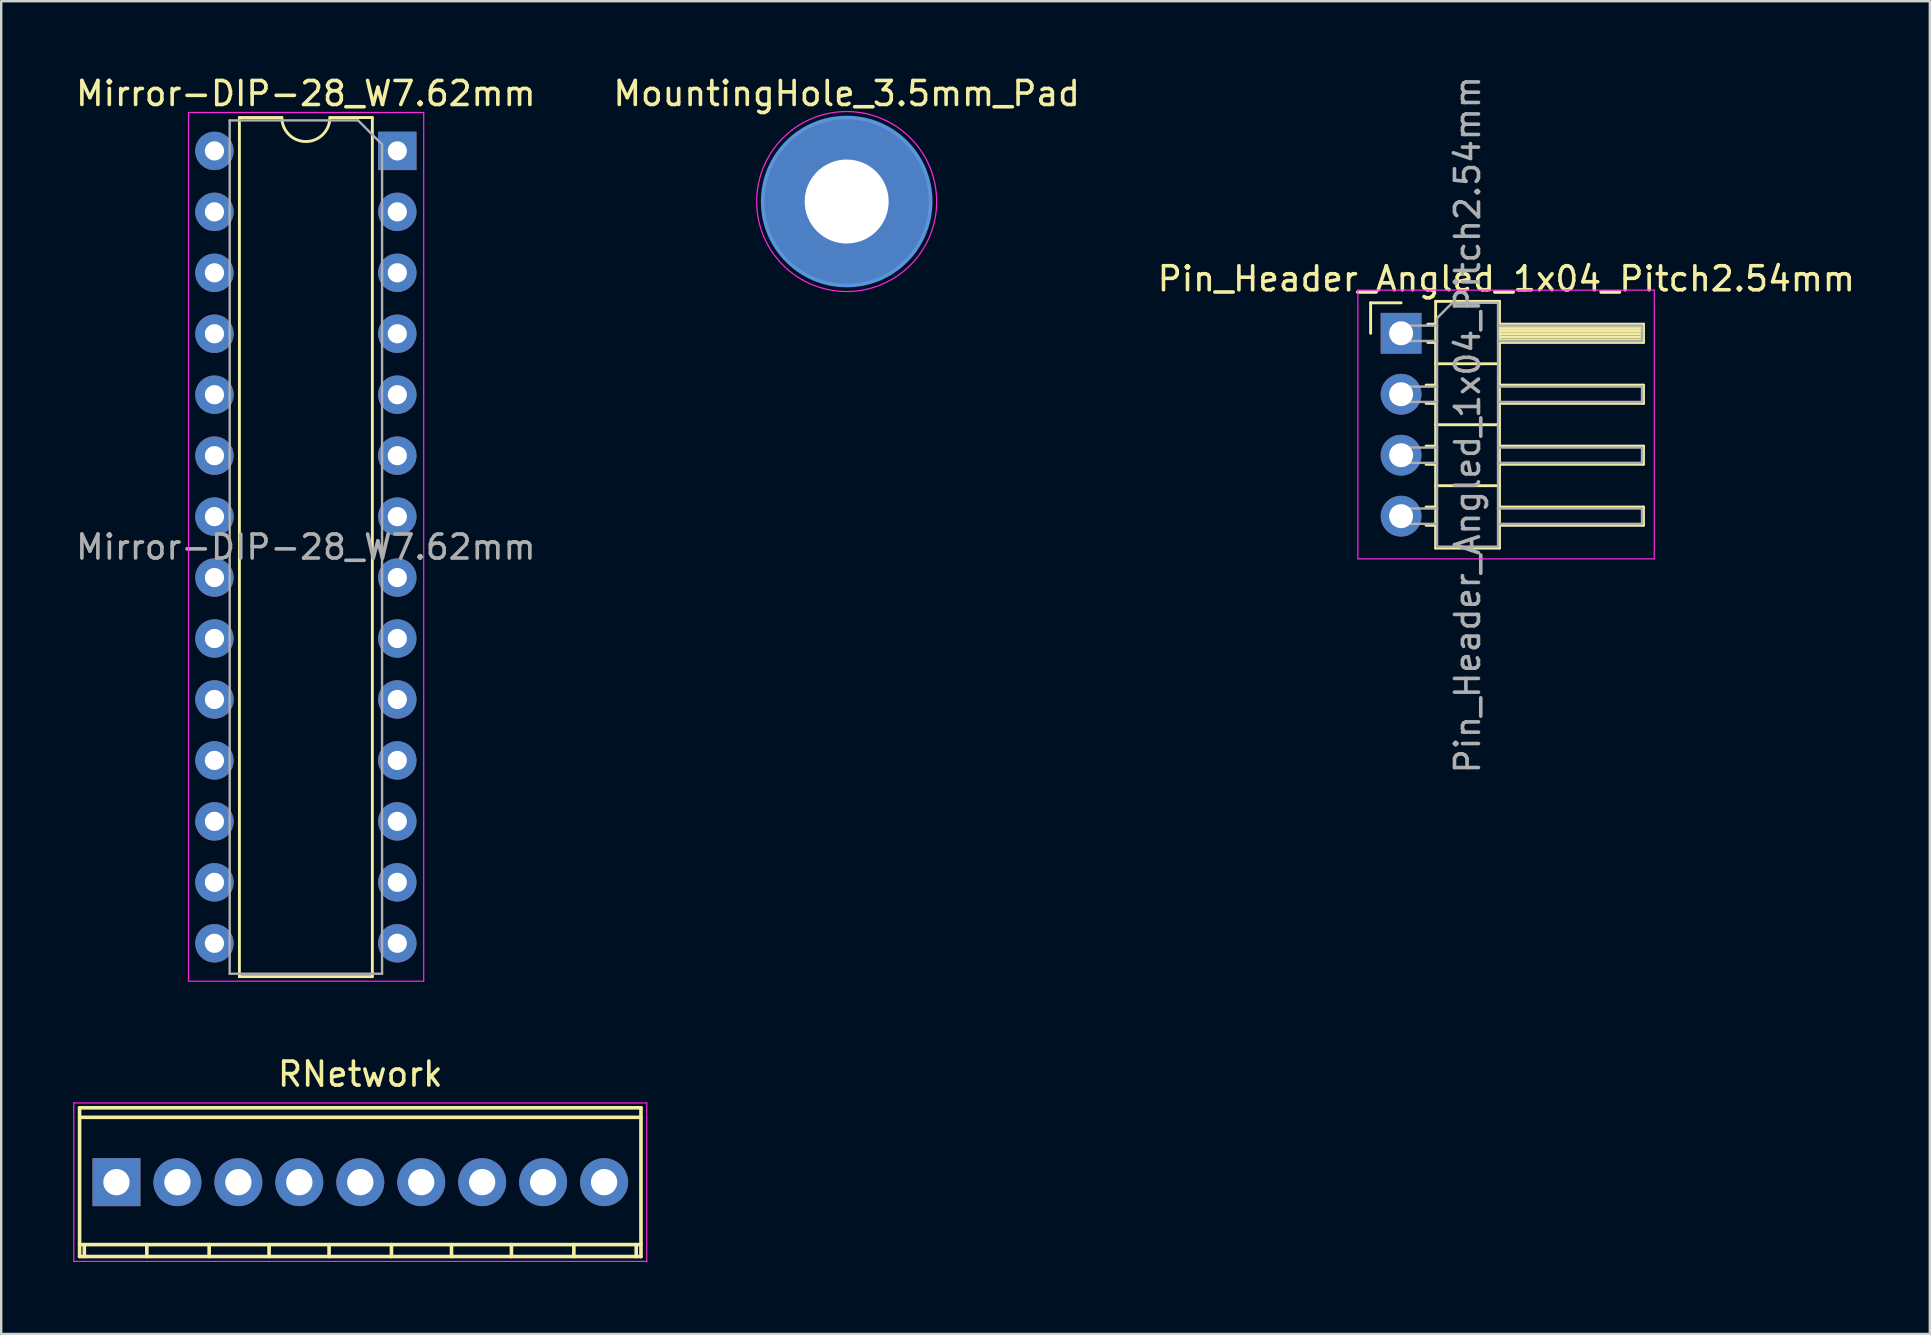
<source format=kicad_pcb>
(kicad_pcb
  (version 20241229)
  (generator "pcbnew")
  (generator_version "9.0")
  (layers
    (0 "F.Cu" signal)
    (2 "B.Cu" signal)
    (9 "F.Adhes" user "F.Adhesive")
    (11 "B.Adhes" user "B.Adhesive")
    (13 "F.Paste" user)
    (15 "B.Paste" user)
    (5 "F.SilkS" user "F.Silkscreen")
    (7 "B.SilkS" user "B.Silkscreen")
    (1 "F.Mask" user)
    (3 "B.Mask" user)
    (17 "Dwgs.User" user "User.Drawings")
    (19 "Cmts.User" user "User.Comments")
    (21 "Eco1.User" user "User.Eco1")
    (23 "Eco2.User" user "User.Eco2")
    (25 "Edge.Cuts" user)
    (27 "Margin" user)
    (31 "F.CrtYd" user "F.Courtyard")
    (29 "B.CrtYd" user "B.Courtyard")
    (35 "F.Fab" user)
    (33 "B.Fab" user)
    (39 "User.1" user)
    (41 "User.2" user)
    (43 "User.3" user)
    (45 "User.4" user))
  (footprint "Mirror-DIP-28_W7.62mm"
    (layer "F.Cu")
    (at 13.506 3.238)
    (property "Reference" "Mirror-DIP-28_W7.62mm" (at -3.81 -2.39 0) (layer "F.SilkS") (effects (font (size 1 1) (thickness 0.15))))
    (attr through_hole)
    (fp_line (start -6.58 -1.39) (end -4.81 -1.39) (stroke (width 0.12) (type solid)) (layer "F.SilkS"))
    (fp_line (start -6.58 34.41) (end -6.58 -1.39) (stroke (width 0.12) (type solid)) (layer "F.SilkS"))
    (fp_line (start -2.81 -1.39) (end -1.04 -1.39) (stroke (width 0.12) (type solid)) (layer "F.SilkS"))
    (fp_line (start -1.04 -1.39) (end -1.04 34.41) (stroke (width 0.12) (type solid)) (layer "F.SilkS"))
    (fp_line (start -1.04 34.41) (end -6.58 34.41) (stroke (width 0.12) (type solid)) (layer "F.SilkS"))
    (fp_arc (start -2.81 -1.39) (mid -3.81 -0.39) (end -4.81 -1.39) (stroke (width 0.12) (type solid)) (layer "F.SilkS"))
    (fp_line (start -8.7 -1.6) (end 1.1 -1.6) (stroke (width 0.05) (type solid)) (layer "F.CrtYd"))
    (fp_line (start -8.7 34.6) (end -8.7 -1.6) (stroke (width 0.05) (type solid)) (layer "F.CrtYd"))
    (fp_line (start 1.1 -1.6) (end 1.1 34.6) (stroke (width 0.05) (type solid)) (layer "F.CrtYd"))
    (fp_line (start 1.1 34.6) (end -8.7 34.6) (stroke (width 0.05) (type solid)) (layer "F.CrtYd"))
    (fp_line (start -6.985 -1.27) (end -6.985 34.29) (stroke (width 0.1) (type solid)) (layer "F.Fab"))
    (fp_line (start -6.985 34.29) (end -0.635 34.29) (stroke (width 0.1) (type solid)) (layer "F.Fab"))
    (fp_line (start -1.635 -1.27) (end -6.985 -1.27) (stroke (width 0.1) (type solid)) (layer "F.Fab"))
    (fp_line (start -0.635 -0.27) (end -1.635 -1.27) (stroke (width 0.1) (type solid)) (layer "F.Fab"))
    (fp_line (start -0.635 34.29) (end -0.635 -0.27) (stroke (width 0.1) (type solid)) (layer "F.Fab"))
    (fp_text user "${REFERENCE}" (at -3.81 16.51 0) (layer "F.Fab") (effects (font (size 1 1) (thickness 0.15))))
    (pad "1" thru_hole rect (at 0 0) (size 1.6 1.6) (drill 0.8) (layers "*.Cu" "*.Mask"))
    (pad "2" thru_hole oval (at 0 2.54) (size 1.6 1.6) (drill 0.8) (layers "*.Cu" "*.Mask"))
    (pad "3" thru_hole oval (at 0 5.08) (size 1.6 1.6) (drill 0.8) (layers "*.Cu" "*.Mask"))
    (pad "4" thru_hole oval (at 0 7.62) (size 1.6 1.6) (drill 0.8) (layers "*.Cu" "*.Mask"))
    (pad "5" thru_hole oval (at 0 10.16) (size 1.6 1.6) (drill 0.8) (layers "*.Cu" "*.Mask"))
    (pad "6" thru_hole oval (at 0 12.7) (size 1.6 1.6) (drill 0.8) (layers "*.Cu" "*.Mask"))
    (pad "7" thru_hole oval (at 0 15.24) (size 1.6 1.6) (drill 0.8) (layers "*.Cu" "*.Mask"))
    (pad "8" thru_hole oval (at 0 17.78) (size 1.6 1.6) (drill 0.8) (layers "*.Cu" "*.Mask"))
    (pad "9" thru_hole oval (at 0 20.32) (size 1.6 1.6) (drill 0.8) (layers "*.Cu" "*.Mask"))
    (pad "10" thru_hole oval (at 0 22.86) (size 1.6 1.6) (drill 0.8) (layers "*.Cu" "*.Mask"))
    (pad "11" thru_hole oval (at 0 25.4) (size 1.6 1.6) (drill 0.8) (layers "*.Cu" "*.Mask"))
    (pad "12" thru_hole oval (at 0 27.94) (size 1.6 1.6) (drill 0.8) (layers "*.Cu" "*.Mask"))
    (pad "13" thru_hole oval (at 0 30.48) (size 1.6 1.6) (drill 0.8) (layers "*.Cu" "*.Mask"))
    (pad "14" thru_hole oval (at 0 33.02) (size 1.6 1.6) (drill 0.8) (layers "*.Cu" "*.Mask"))
    (pad "15" thru_hole oval (at -7.62 33.02) (size 1.6 1.6) (drill 0.8) (layers "*.Cu" "*.Mask"))
    (pad "16" thru_hole oval (at -7.62 30.48) (size 1.6 1.6) (drill 0.8) (layers "*.Cu" "*.Mask"))
    (pad "17" thru_hole oval (at -7.62 27.94) (size 1.6 1.6) (drill 0.8) (layers "*.Cu" "*.Mask"))
    (pad "18" thru_hole oval (at -7.62 25.4) (size 1.6 1.6) (drill 0.8) (layers "*.Cu" "*.Mask"))
    (pad "19" thru_hole oval (at -7.62 22.86) (size 1.6 1.6) (drill 0.8) (layers "*.Cu" "*.Mask"))
    (pad "20" thru_hole oval (at -7.62 20.32) (size 1.6 1.6) (drill 0.8) (layers "*.Cu" "*.Mask"))
    (pad "21" thru_hole oval (at -7.62 17.78) (size 1.6 1.6) (drill 0.8) (layers "*.Cu" "*.Mask"))
    (pad "22" thru_hole oval (at -7.62 15.24) (size 1.6 1.6) (drill 0.8) (layers "*.Cu" "*.Mask"))
    (pad "23" thru_hole oval (at -7.62 12.7) (size 1.6 1.6) (drill 0.8) (layers "*.Cu" "*.Mask"))
    (pad "24" thru_hole oval (at -7.62 10.16) (size 1.6 1.6) (drill 0.8) (layers "*.Cu" "*.Mask"))
    (pad "25" thru_hole oval (at -7.62 7.62) (size 1.6 1.6) (drill 0.8) (layers "*.Cu" "*.Mask"))
    (pad "26" thru_hole oval (at -7.62 5.08) (size 1.6 1.6) (drill 0.8) (layers "*.Cu" "*.Mask"))
    (pad "27" thru_hole oval (at -7.62 2.54) (size 1.6 1.6) (drill 0.8) (layers "*.Cu" "*.Mask"))
    (pad "28" thru_hole oval (at -7.62 0) (size 1.6 1.6) (drill 0.8) (layers "*.Cu" "*.Mask")))
  (footprint "RNetwork"
    (layer "F.Cu")
    (at 1.803 46.212)
    (property "Reference" "RNetwork" (at 10.16 -4.501 0) (layer "F.SilkS") (effects (font (size 1 1) (thickness 0.15))))
    (attr through_hole)
    (fp_line (start -1.539 -2.7) (end 21.859 -2.7) (stroke (width 0.15) (type solid)) (layer "F.SilkS"))
    (fp_line (start -1.539 3.099) (end 21.859 3.099) (stroke (width 0.15) (type solid)) (layer "F.SilkS"))
    (fp_line (start -1.537 -3.099) (end -1.537 3.099) (stroke (width 0.15) (type solid)) (layer "F.SilkS"))
    (fp_line (start -1.339 3.099) (end -1.339 2.601) (stroke (width 0.15) (type solid)) (layer "F.SilkS"))
    (fp_line (start 1.265 3.099) (end 1.265 2.601) (stroke (width 0.15) (type solid)) (layer "F.SilkS"))
    (fp_line (start 3.863 2.601) (end 3.863 3.099) (stroke (width 0.15) (type solid)) (layer "F.SilkS"))
    (fp_line (start 6.36 2.601) (end 6.36 3.099) (stroke (width 0.15) (type solid)) (layer "F.SilkS"))
    (fp_line (start 8.86 2.601) (end 8.86 3.099) (stroke (width 0.15) (type solid)) (layer "F.SilkS"))
    (fp_line (start 11.46 2.601) (end 11.46 3.099) (stroke (width 0.15) (type solid)) (layer "F.SilkS"))
    (fp_line (start 13.962 2.601) (end 13.962 3.099) (stroke (width 0.15) (type solid)) (layer "F.SilkS"))
    (fp_line (start 16.459 2.601) (end 16.459 3.099) (stroke (width 0.15) (type solid)) (layer "F.SilkS"))
    (fp_line (start 19.06 2.601) (end 19.06 3.099) (stroke (width 0.15) (type solid)) (layer "F.SilkS"))
    (fp_line (start 21.659 2.601) (end 21.659 3.099) (stroke (width 0.15) (type solid)) (layer "F.SilkS"))
    (fp_line (start 21.857 3.099) (end 21.857 -3.099) (stroke (width 0.15) (type solid)) (layer "F.SilkS"))
    (fp_line (start 21.859 -3.099) (end -1.539 -3.099) (stroke (width 0.15) (type solid)) (layer "F.SilkS"))
    (fp_line (start 21.859 2.601) (end -1.539 2.601) (stroke (width 0.15) (type solid)) (layer "F.SilkS"))
    (fp_line (start -1.778 -3.302) (end 22.098 -3.302) (stroke (width 0.05) (type solid)) (layer "F.CrtYd"))
    (fp_line (start -1.778 3.302) (end -1.778 -3.302) (stroke (width 0.05) (type solid)) (layer "F.CrtYd"))
    (fp_line (start 22.098 -3.302) (end 22.098 3.302) (stroke (width 0.05) (type solid)) (layer "F.CrtYd"))
    (fp_line (start 22.098 3.302) (end -1.778 3.302) (stroke (width 0.05) (type solid)) (layer "F.CrtYd"))
    (pad "1" thru_hole rect (at 0 0 180) (size 1.999 1.999) (drill 1.097) (layers "*.Cu" "*.Mask"))
    (pad "2" thru_hole oval (at 2.54 0 180) (size 1.999 1.999) (drill 1.097) (layers "*.Cu" "*.Mask"))
    (pad "3" thru_hole oval (at 5.08 0 180) (size 1.999 1.999) (drill 1.097) (layers "*.Cu" "*.Mask"))
    (pad "4" thru_hole oval (at 7.62 0 180) (size 1.999 1.999) (drill 1.097) (layers "*.Cu" "*.Mask"))
    (pad "5" thru_hole oval (at 10.16 0 180) (size 1.999 1.999) (drill 1.097) (layers "*.Cu" "*.Mask"))
    (pad "6" thru_hole oval (at 12.7 0 180) (size 1.999 1.999) (drill 1.097) (layers "*.Cu" "*.Mask"))
    (pad "7" thru_hole oval (at 15.24 0 180) (size 1.999 1.999) (drill 1.097) (layers "*.Cu" "*.Mask"))
    (pad "8" thru_hole oval (at 17.78 0 180) (size 1.999 1.999) (drill 1.097) (layers "*.Cu" "*.Mask"))
    (pad "9" thru_hole oval (at 20.32 0 180) (size 1.999 1.999) (drill 1.097) (layers "*.Cu" "*.Mask")))
  (footprint "MountingHole_3.5mm_Pad"
    (layer "F.Cu")
    (at 32.232 5.348)
    (property "Reference" "MountingHole_3.5mm_Pad" (at 0 -4.5 0) (layer "F.SilkS") (effects (font (size 1 1) (thickness 0.15))))
    (attr through_hole)
    (fp_circle (center 0 0) (end 3.5 0) (stroke (width 0.15) (type solid)) (fill no) (layer "Cmts.User"))
    (fp_circle (center 0 0) (end 3.75 0) (stroke (width 0.05) (type solid)) (fill no) (layer "F.CrtYd"))
    (pad "1" thru_hole circle (at 0 0) (size 7 7) (drill 3.5) (layers "*.Cu" "*.Mask")))
  (footprint "Pin_Header_Angled_1x04_Pitch2.54mm"
    (layer "F.Cu")
    (at 55.335 10.839)
    (property "Reference" "Pin_Header_Angled_1x04_Pitch2.54mm" (at 4.385 -2.27 0) (layer "F.SilkS") (effects (font (size 1 1) (thickness 0.15))))
    (attr through_hole)
    (fp_line (start -1.27 -1.27) (end 0 -1.27) (stroke (width 0.12) (type solid)) (layer "F.SilkS"))
    (fp_line (start -1.27 0) (end -1.27 -1.27) (stroke (width 0.12) (type solid)) (layer "F.SilkS"))
    (fp_line (start 1.043 2.16) (end 1.44 2.16) (stroke (width 0.12) (type solid)) (layer "F.SilkS"))
    (fp_line (start 1.043 2.92) (end 1.44 2.92) (stroke (width 0.12) (type solid)) (layer "F.SilkS"))
    (fp_line (start 1.043 4.7) (end 1.44 4.7) (stroke (width 0.12) (type solid)) (layer "F.SilkS"))
    (fp_line (start 1.043 5.46) (end 1.44 5.46) (stroke (width 0.12) (type solid)) (layer "F.SilkS"))
    (fp_line (start 1.043 7.24) (end 1.44 7.24) (stroke (width 0.12) (type solid)) (layer "F.SilkS"))
    (fp_line (start 1.043 8) (end 1.44 8) (stroke (width 0.12) (type solid)) (layer "F.SilkS"))
    (fp_line (start 1.11 -0.38) (end 1.44 -0.38) (stroke (width 0.12) (type solid)) (layer "F.SilkS"))
    (fp_line (start 1.11 0.38) (end 1.44 0.38) (stroke (width 0.12) (type solid)) (layer "F.SilkS"))
    (fp_line (start 1.44 -1.33) (end 1.44 8.95) (stroke (width 0.12) (type solid)) (layer "F.SilkS"))
    (fp_line (start 1.44 1.27) (end 4.1 1.27) (stroke (width 0.12) (type solid)) (layer "F.SilkS"))
    (fp_line (start 1.44 3.81) (end 4.1 3.81) (stroke (width 0.12) (type solid)) (layer "F.SilkS"))
    (fp_line (start 1.44 6.35) (end 4.1 6.35) (stroke (width 0.12) (type solid)) (layer "F.SilkS"))
    (fp_line (start 1.44 8.95) (end 4.1 8.95) (stroke (width 0.12) (type solid)) (layer "F.SilkS"))
    (fp_line (start 4.1 -1.33) (end 1.44 -1.33) (stroke (width 0.12) (type solid)) (layer "F.SilkS"))
    (fp_line (start 4.1 -0.38) (end 10.1 -0.38) (stroke (width 0.12) (type solid)) (layer "F.SilkS"))
    (fp_line (start 4.1 -0.32) (end 10.1 -0.32) (stroke (width 0.12) (type solid)) (layer "F.SilkS"))
    (fp_line (start 4.1 -0.2) (end 10.1 -0.2) (stroke (width 0.12) (type solid)) (layer "F.SilkS"))
    (fp_line (start 4.1 -0.08) (end 10.1 -0.08) (stroke (width 0.12) (type solid)) (layer "F.SilkS"))
    (fp_line (start 4.1 0.04) (end 10.1 0.04) (stroke (width 0.12) (type solid)) (layer "F.SilkS"))
    (fp_line (start 4.1 0.16) (end 10.1 0.16) (stroke (width 0.12) (type solid)) (layer "F.SilkS"))
    (fp_line (start 4.1 0.28) (end 10.1 0.28) (stroke (width 0.12) (type solid)) (layer "F.SilkS"))
    (fp_line (start 4.1 2.16) (end 10.1 2.16) (stroke (width 0.12) (type solid)) (layer "F.SilkS"))
    (fp_line (start 4.1 4.7) (end 10.1 4.7) (stroke (width 0.12) (type solid)) (layer "F.SilkS"))
    (fp_line (start 4.1 7.24) (end 10.1 7.24) (stroke (width 0.12) (type solid)) (layer "F.SilkS"))
    (fp_line (start 4.1 8.95) (end 4.1 -1.33) (stroke (width 0.12) (type solid)) (layer "F.SilkS"))
    (fp_line (start 10.1 -0.38) (end 10.1 0.38) (stroke (width 0.12) (type solid)) (layer "F.SilkS"))
    (fp_line (start 10.1 0.38) (end 4.1 0.38) (stroke (width 0.12) (type solid)) (layer "F.SilkS"))
    (fp_line (start 10.1 2.16) (end 10.1 2.92) (stroke (width 0.12) (type solid)) (layer "F.SilkS"))
    (fp_line (start 10.1 2.92) (end 4.1 2.92) (stroke (width 0.12) (type solid)) (layer "F.SilkS"))
    (fp_line (start 10.1 4.7) (end 10.1 5.46) (stroke (width 0.12) (type solid)) (layer "F.SilkS"))
    (fp_line (start 10.1 5.46) (end 4.1 5.46) (stroke (width 0.12) (type solid)) (layer "F.SilkS"))
    (fp_line (start 10.1 7.24) (end 10.1 8) (stroke (width 0.12) (type solid)) (layer "F.SilkS"))
    (fp_line (start 10.1 8) (end 4.1 8) (stroke (width 0.12) (type solid)) (layer "F.SilkS"))
    (fp_line (start -1.8 -1.8) (end -1.8 9.4) (stroke (width 0.05) (type solid)) (layer "F.CrtYd"))
    (fp_line (start -1.8 9.4) (end 10.55 9.4) (stroke (width 0.05) (type solid)) (layer "F.CrtYd"))
    (fp_line (start 10.55 -1.8) (end -1.8 -1.8) (stroke (width 0.05) (type solid)) (layer "F.CrtYd"))
    (fp_line (start 10.55 9.4) (end 10.55 -1.8) (stroke (width 0.05) (type solid)) (layer "F.CrtYd"))
    (fp_line (start -0.32 -0.32) (end -0.32 0.32) (stroke (width 0.1) (type solid)) (layer "F.Fab"))
    (fp_line (start -0.32 -0.32) (end 1.5 -0.32) (stroke (width 0.1) (type solid)) (layer "F.Fab"))
    (fp_line (start -0.32 0.32) (end 1.5 0.32) (stroke (width 0.1) (type solid)) (layer "F.Fab"))
    (fp_line (start -0.32 2.22) (end -0.32 2.86) (stroke (width 0.1) (type solid)) (layer "F.Fab"))
    (fp_line (start -0.32 2.22) (end 1.5 2.22) (stroke (width 0.1) (type solid)) (layer "F.Fab"))
    (fp_line (start -0.32 2.86) (end 1.5 2.86) (stroke (width 0.1) (type solid)) (layer "F.Fab"))
    (fp_line (start -0.32 4.76) (end -0.32 5.4) (stroke (width 0.1) (type solid)) (layer "F.Fab"))
    (fp_line (start -0.32 4.76) (end 1.5 4.76) (stroke (width 0.1) (type solid)) (layer "F.Fab"))
    (fp_line (start -0.32 5.4) (end 1.5 5.4) (stroke (width 0.1) (type solid)) (layer "F.Fab"))
    (fp_line (start -0.32 7.3) (end -0.32 7.94) (stroke (width 0.1) (type solid)) (layer "F.Fab"))
    (fp_line (start -0.32 7.3) (end 1.5 7.3) (stroke (width 0.1) (type solid)) (layer "F.Fab"))
    (fp_line (start -0.32 7.94) (end 1.5 7.94) (stroke (width 0.1) (type solid)) (layer "F.Fab"))
    (fp_line (start 1.5 -0.635) (end 2.135 -1.27) (stroke (width 0.1) (type solid)) (layer "F.Fab"))
    (fp_line (start 1.5 8.89) (end 1.5 -0.635) (stroke (width 0.1) (type solid)) (layer "F.Fab"))
    (fp_line (start 2.135 -1.27) (end 4.04 -1.27) (stroke (width 0.1) (type solid)) (layer "F.Fab"))
    (fp_line (start 4.04 -1.27) (end 4.04 8.89) (stroke (width 0.1) (type solid)) (layer "F.Fab"))
    (fp_line (start 4.04 -0.32) (end 10.04 -0.32) (stroke (width 0.1) (type solid)) (layer "F.Fab"))
    (fp_line (start 4.04 0.32) (end 10.04 0.32) (stroke (width 0.1) (type solid)) (layer "F.Fab"))
    (fp_line (start 4.04 2.22) (end 10.04 2.22) (stroke (width 0.1) (type solid)) (layer "F.Fab"))
    (fp_line (start 4.04 2.86) (end 10.04 2.86) (stroke (width 0.1) (type solid)) (layer "F.Fab"))
    (fp_line (start 4.04 4.76) (end 10.04 4.76) (stroke (width 0.1) (type solid)) (layer "F.Fab"))
    (fp_line (start 4.04 5.4) (end 10.04 5.4) (stroke (width 0.1) (type solid)) (layer "F.Fab"))
    (fp_line (start 4.04 7.3) (end 10.04 7.3) (stroke (width 0.1) (type solid)) (layer "F.Fab"))
    (fp_line (start 4.04 7.94) (end 10.04 7.94) (stroke (width 0.1) (type solid)) (layer "F.Fab"))
    (fp_line (start 4.04 8.89) (end 1.5 8.89) (stroke (width 0.1) (type solid)) (layer "F.Fab"))
    (fp_line (start 10.04 -0.32) (end 10.04 0.32) (stroke (width 0.1) (type solid)) (layer "F.Fab"))
    (fp_line (start 10.04 2.22) (end 10.04 2.86) (stroke (width 0.1) (type solid)) (layer "F.Fab"))
    (fp_line (start 10.04 4.76) (end 10.04 5.4) (stroke (width 0.1) (type solid)) (layer "F.Fab"))
    (fp_line (start 10.04 7.3) (end 10.04 7.94) (stroke (width 0.1) (type solid)) (layer "F.Fab"))
    (fp_text user "${REFERENCE}" (at 2.77 3.81 90) (layer "F.Fab") (effects (font (size 1 1) (thickness 0.15))))
    (pad "1" thru_hole rect (at 0 0) (size 1.7 1.7) (drill 1) (layers "*.Cu" "*.Mask"))
    (pad "2" thru_hole oval (at 0 2.54) (size 1.7 1.7) (drill 1) (layers "*.Cu" "*.Mask"))
    (pad "3" thru_hole oval (at 0 5.08) (size 1.7 1.7) (drill 1) (layers "*.Cu" "*.Mask"))
    (pad "4" thru_hole oval (at 0 7.62) (size 1.7 1.7) (drill 1) (layers "*.Cu" "*.Mask")))
  (gr_rect
    (start -3 -3)
    (end 77.369 52.539)
    (stroke (width 0.1) (type default))
    (fill no)
    (layer "Edge.Cuts")))
</source>
